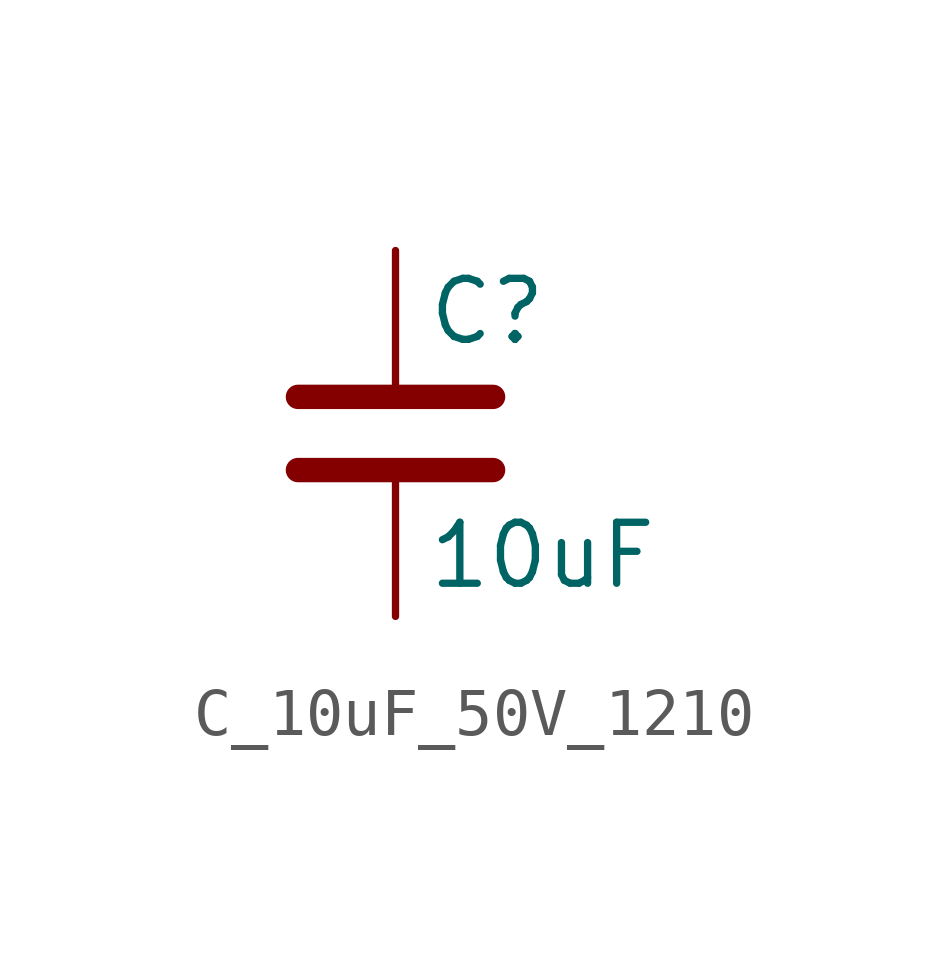
<source format=kicad_sym>
(kicad_symbol_lib
  (version 20231120)
  (generator "kicad_symbol_editor")
  (generator_version "8.0")
  (symbol "C_10uF_50V_1210"
    (pin_numbers hide)
    (pin_names
      (offset 0.254))
    (property "Reference" "C"
      (at 0.635 2.54 0)
      (effects (font (size 1.27 1.27)) (justify left)))
    (property "Value" "10uF"
      (at 0.635 -2.54 0)
      (effects (font (size 1.27 1.27)) (justify left)))
    (symbol "C_10uF_50V_1210_0_1"
      (polyline (pts (xy -2.032 -0.762) (xy 2.032 -0.762)) (stroke (width 0.508) (type default)) (fill (type none)))
      (polyline (pts (xy -2.032 0.762) (xy 2.032 0.762)) (stroke (width 0.508) (type default)) (fill (type none))))
    (symbol "C_10uF_50V_1210_1_1"
      (pin passive line (at 0 3.81 270) (length 2.794) (name "~" (effects (font (size 1.27 1.27)))) (number "1" (effects (font (size 1.27 1.27)))))
      (pin passive line (at 0 -3.81 90) (length 2.794) (name "~" (effects (font (size 1.27 1.27)))) (number "2" (effects (font (size 1.27 1.27))))))))
</source>
